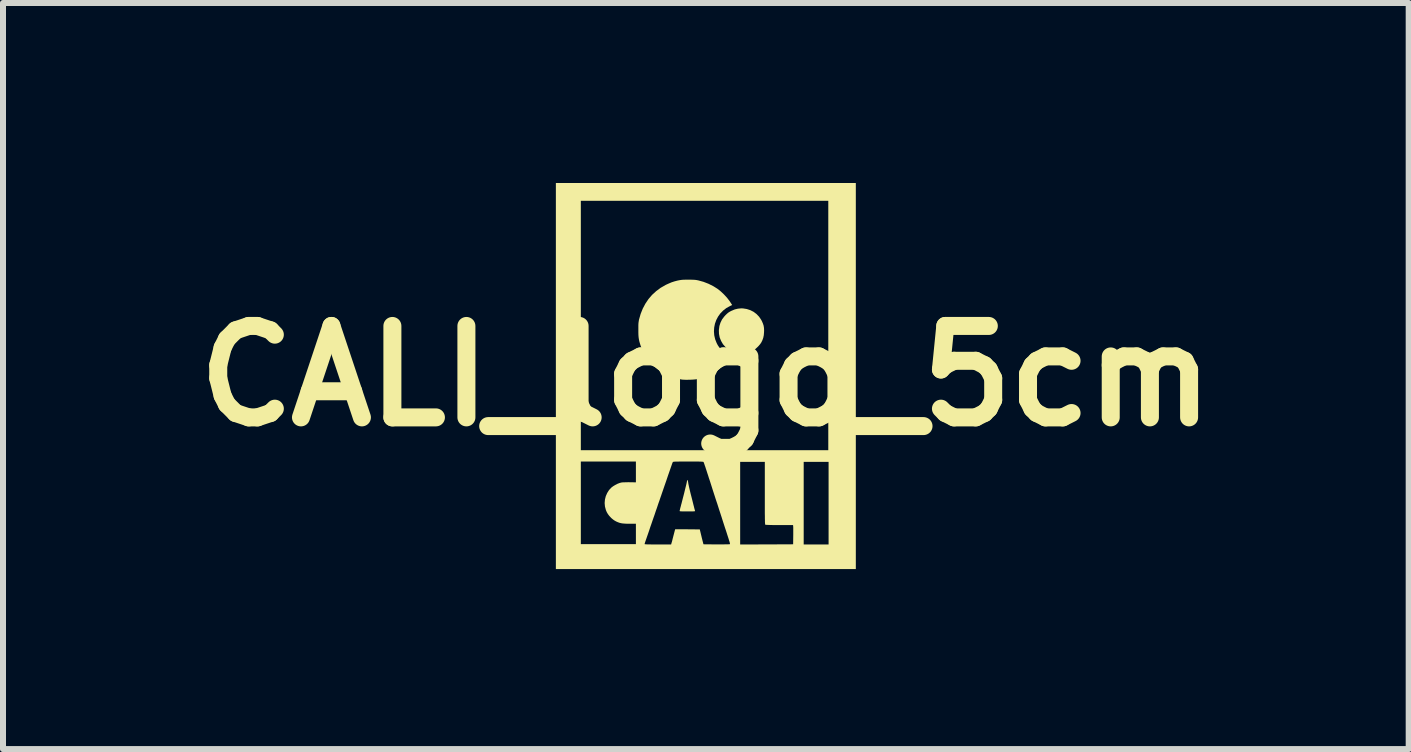
<source format=kicad_pcb>
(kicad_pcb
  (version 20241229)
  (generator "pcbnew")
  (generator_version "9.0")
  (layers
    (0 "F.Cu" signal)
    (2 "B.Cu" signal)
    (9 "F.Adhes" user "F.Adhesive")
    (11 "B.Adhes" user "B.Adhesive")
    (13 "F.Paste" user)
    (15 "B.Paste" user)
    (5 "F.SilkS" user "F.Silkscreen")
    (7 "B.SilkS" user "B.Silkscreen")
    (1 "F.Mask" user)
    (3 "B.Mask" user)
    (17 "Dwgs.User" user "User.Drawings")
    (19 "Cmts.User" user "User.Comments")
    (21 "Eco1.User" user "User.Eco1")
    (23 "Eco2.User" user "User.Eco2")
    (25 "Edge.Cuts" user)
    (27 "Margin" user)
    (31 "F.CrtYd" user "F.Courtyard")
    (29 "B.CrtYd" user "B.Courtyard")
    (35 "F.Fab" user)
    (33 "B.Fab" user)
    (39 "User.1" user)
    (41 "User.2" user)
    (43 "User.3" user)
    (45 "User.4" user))
  (footprint "CALI_logo_5cm"
    (layer "F.Cu")
    (at 8.716 3.218)
    (property "Reference" "CALI_logo_5cm" (at 0 0 0) (layer "F.SilkS") (effects (font (size 1.524 1.524) (thickness 0.3))))
    (attr board_only exclude_from_pos_files exclude_from_bom)
    (fp_poly (pts (xy -0.305 1.734) (xy -0.302 1.739) (xy -0.3 1.749) (xy -0.296 1.765) (xy -0.292 1.791) (xy -0.292 1.795) (xy -0.289 1.808) (xy -0.285 1.827) (xy -0.28 1.851) (xy -0.273 1.881) (xy -0.264 1.919) (xy -0.253 1.964) (xy -0.239 2.018) (xy -0.223 2.081) (xy -0.205 2.154) (xy -0.2 2.172) (xy -0.194 2.198) (xy -0.188 2.22) (xy -0.183 2.237) (xy -0.181 2.246) (xy -0.18 2.25) (xy -0.181 2.252) (xy -0.185 2.254) (xy -0.193 2.255) (xy -0.206 2.256) (xy -0.226 2.257) (xy -0.254 2.257) (xy -0.291 2.257) (xy -0.307 2.257) (xy -0.35 2.257) (xy -0.383 2.257) (xy -0.407 2.256) (xy -0.424 2.255) (xy -0.433 2.253) (xy -0.437 2.251) (xy -0.437 2.25) (xy -0.436 2.243) (xy -0.432 2.227) (xy -0.427 2.204) (xy -0.419 2.176) (xy -0.411 2.143) (xy -0.407 2.13) (xy -0.392 2.071) (xy -0.377 2.013) (xy -0.363 1.959) (xy -0.351 1.909) (xy -0.34 1.864) (xy -0.33 1.825) (xy -0.323 1.794) (xy -0.318 1.771) (xy -0.316 1.759) (xy -0.313 1.744) (xy -0.309 1.735) (xy -0.307 1.733)) (stroke (width 0) (type solid)) (fill yes) (layer "F.SilkS"))
    (fp_poly (pts (xy 0.619 -1.127) (xy 0.682 -1.117) (xy 0.741 -1.098) (xy 0.796 -1.07) (xy 0.845 -1.033) (xy 0.888 -0.988) (xy 0.923 -0.936) (xy 0.934 -0.915) (xy 0.951 -0.876) (xy 0.963 -0.84) (xy 0.969 -0.802) (xy 0.971 -0.76) (xy 0.97 -0.732) (xy 0.966 -0.681) (xy 0.957 -0.637) (xy 0.942 -0.595) (xy 0.923 -0.557) (xy 0.905 -0.531) (xy 0.881 -0.503) (xy 0.852 -0.474) (xy 0.822 -0.447) (xy 0.793 -0.426) (xy 0.78 -0.418) (xy 0.725 -0.394) (xy 0.666 -0.377) (xy 0.605 -0.37) (xy 0.544 -0.373) (xy 0.544 -0.373) (xy 0.501 -0.382) (xy 0.456 -0.396) (xy 0.415 -0.415) (xy 0.4 -0.423) (xy 0.383 -0.434) (xy 0.362 -0.451) (xy 0.34 -0.47) (xy 0.327 -0.483) (xy 0.285 -0.531) (xy 0.254 -0.585) (xy 0.231 -0.642) (xy 0.219 -0.703) (xy 0.217 -0.767) (xy 0.218 -0.772) (xy 0.226 -0.834) (xy 0.244 -0.89) (xy 0.27 -0.943) (xy 0.307 -0.992) (xy 0.329 -1.016) (xy 0.352 -1.038) (xy 0.372 -1.055) (xy 0.391 -1.068) (xy 0.413 -1.08) (xy 0.427 -1.087) (xy 0.482 -1.11) (xy 0.536 -1.123) (xy 0.591 -1.128)) (stroke (width 0) (type solid)) (fill yes) (layer "F.SilkS"))
    (fp_poly (pts (xy -0.251 -1.606) (xy -0.219 -1.605) (xy -0.193 -1.604) (xy -0.172 -1.602) (xy -0.151 -1.599) (xy -0.131 -1.595) (xy -0.126 -1.594) (xy -0.039 -1.57) (xy 0.046 -1.537) (xy 0.127 -1.496) (xy 0.194 -1.454) (xy 0.248 -1.411) (xy 0.301 -1.361) (xy 0.352 -1.306) (xy 0.396 -1.249) (xy 0.426 -1.203) (xy 0.438 -1.184) (xy 0.403 -1.167) (xy 0.342 -1.133) (xy 0.289 -1.092) (xy 0.242 -1.044) (xy 0.204 -0.991) (xy 0.174 -0.934) (xy 0.152 -0.873) (xy 0.139 -0.809) (xy 0.135 -0.744) (xy 0.14 -0.679) (xy 0.155 -0.613) (xy 0.18 -0.55) (xy 0.198 -0.515) (xy 0.221 -0.481) (xy 0.251 -0.445) (xy 0.285 -0.411) (xy 0.32 -0.381) (xy 0.354 -0.356) (xy 0.368 -0.348) (xy 0.387 -0.338) (xy 0.402 -0.329) (xy 0.41 -0.322) (xy 0.41 -0.32) (xy 0.407 -0.312) (xy 0.397 -0.297) (xy 0.383 -0.277) (xy 0.365 -0.254) (xy 0.345 -0.23) (xy 0.324 -0.206) (xy 0.303 -0.184) (xy 0.294 -0.175) (xy 0.223 -0.113) (xy 0.146 -0.059) (xy 0.063 -0.015) (xy -0.024 0.021) (xy -0.116 0.047) (xy -0.129 0.049) (xy -0.158 0.054) (xy -0.195 0.058) (xy -0.236 0.061) (xy -0.279 0.062) (xy -0.321 0.063) (xy -0.359 0.062) (xy -0.39 0.06) (xy -0.4 0.059) (xy -0.492 0.041) (xy -0.58 0.014) (xy -0.664 -0.023) (xy -0.744 -0.068) (xy -0.818 -0.122) (xy -0.886 -0.182) (xy -0.947 -0.25) (xy -1 -0.323) (xy -1.045 -0.403) (xy -1.08 -0.487) (xy -1.086 -0.502) (xy -1.099 -0.543) (xy -1.109 -0.578) (xy -1.116 -0.612) (xy -1.121 -0.646) (xy -1.124 -0.684) (xy -1.125 -0.727) (xy -1.125 -0.772) (xy -1.125 -0.813) (xy -1.125 -0.845) (xy -1.124 -0.871) (xy -1.122 -0.893) (xy -1.119 -0.912) (xy -1.116 -0.931) (xy -1.114 -0.941) (xy -1.087 -1.035) (xy -1.052 -1.123) (xy -1.008 -1.206) (xy -0.956 -1.283) (xy -0.896 -1.353) (xy -0.828 -1.415) (xy -0.754 -1.47) (xy -0.672 -1.517) (xy -0.667 -1.52) (xy -0.616 -1.543) (xy -0.571 -1.562) (xy -0.525 -1.577) (xy -0.476 -1.59) (xy -0.457 -1.594) (xy -0.436 -1.598) (xy -0.416 -1.601) (xy -0.394 -1.604) (xy -0.369 -1.605) (xy -0.339 -1.606) (xy -0.3 -1.606) (xy -0.292 -1.606)) (stroke (width 0) (type solid)) (fill yes) (layer "F.SilkS"))
    (fp_poly (pts (xy 2.5 3.218) (xy -2.5 3.218) (xy -2.5 2.808) (xy 0.572 2.808) (xy 0.593 2.808) (xy 1.631 2.808) (xy 2.046 2.808) (xy 2.046 1.431) (xy 1.631 1.431) (xy 1.631 2.808) (xy 0.593 2.808) (xy 1.014 2.807) (xy 1.455 2.805) (xy 1.457 2.644) (xy 1.457 2.597) (xy 1.457 2.559) (xy 1.457 2.53) (xy 1.456 2.509) (xy 1.455 2.495) (xy 1.454 2.487) (xy 1.452 2.484) (xy 1.451 2.484) (xy 1.445 2.484) (xy 1.428 2.484) (xy 1.403 2.484) (xy 1.371 2.484) (xy 1.333 2.484) (xy 1.29 2.484) (xy 1.243 2.484) (xy 1.221 2.484) (xy 1.16 2.484) (xy 1.109 2.484) (xy 1.068 2.483) (xy 1.037 2.482) (xy 1.013 2.481) (xy 0.998 2.48) (xy 0.991 2.478) (xy 0.99 2.478) (xy 0.989 2.475) (xy 0.988 2.47) (xy 0.987 2.461) (xy 0.986 2.447) (xy 0.985 2.429) (xy 0.985 2.405) (xy 0.984 2.375) (xy 0.984 2.338) (xy 0.983 2.294) (xy 0.983 2.243) (xy 0.983 2.182) (xy 0.983 2.113) (xy 0.983 2.034) (xy 0.983 1.951) (xy 0.983 1.431) (xy 0.572 1.431) (xy 0.572 2.808) (xy -2.5 2.808) (xy -2.5 2.802) (xy -2.084 2.802) (xy -1.166 2.802) (xy -1.166 2.801) (xy -1.021 2.801) (xy -1.019 2.803) (xy -1.013 2.804) (xy -1.001 2.805) (xy -0.984 2.806) (xy -0.96 2.807) (xy -0.928 2.807) (xy -0.888 2.808) (xy -0.838 2.808) (xy -0.8 2.808) (xy -0.579 2.808) (xy -0.571 2.779) (xy -0.566 2.764) (xy -0.56 2.741) (xy -0.553 2.712) (xy -0.545 2.682) (xy -0.543 2.673) (xy -0.535 2.643) (xy -0.528 2.616) (xy -0.522 2.593) (xy -0.518 2.578) (xy -0.517 2.574) (xy -0.511 2.554) (xy -0.306 2.555) (xy -0.101 2.557) (xy -0.083 2.632) (xy -0.075 2.665) (xy -0.067 2.699) (xy -0.059 2.73) (xy -0.053 2.755) (xy -0.052 2.757) (xy -0.04 2.805) (xy 0.178 2.807) (xy 0.23 2.807) (xy 0.277 2.807) (xy 0.318 2.806) (xy 0.352 2.806) (xy 0.378 2.805) (xy 0.394 2.804) (xy 0.401 2.803) (xy 0.401 2.803) (xy 0.402 2.795) (xy 0.399 2.779) (xy 0.393 2.757) (xy 0.392 2.756) (xy 0.387 2.74) (xy 0.38 2.716) (xy 0.37 2.685) (xy 0.358 2.648) (xy 0.345 2.607) (xy 0.331 2.564) (xy 0.321 2.535) (xy 0.299 2.467) (xy 0.28 2.408) (xy 0.264 2.357) (xy 0.25 2.314) (xy 0.238 2.277) (xy 0.227 2.244) (xy 0.218 2.216) (xy 0.21 2.191) (xy 0.203 2.169) (xy 0.196 2.147) (xy 0.189 2.125) (xy 0.181 2.102) (xy 0.175 2.084) (xy 0.162 2.045) (xy 0.148 2.001) (xy 0.134 1.958) (xy 0.121 1.918) (xy 0.113 1.893) (xy 0.102 1.858) (xy 0.089 1.817) (xy 0.075 1.773) (xy 0.061 1.73) (xy 0.051 1.701) (xy 0.039 1.662) (xy 0.025 1.62) (xy 0.012 1.579) (xy -0.000413 1.542) (xy -0.008 1.517) (xy -0.018 1.49) (xy -0.026 1.465) (xy -0.033 1.446) (xy -0.038 1.435) (xy -0.039 1.432) (xy -0.043 1.431) (xy -0.052 1.429) (xy -0.066 1.428) (xy -0.087 1.427) (xy -0.115 1.426) (xy -0.152 1.426) (xy -0.197 1.426) (xy -0.251 1.426) (xy -0.294 1.426) (xy -0.356 1.426) (xy -0.407 1.426) (xy -0.449 1.426) (xy -0.483 1.427) (xy -0.509 1.427) (xy -0.528 1.428) (xy -0.54 1.43) (xy -0.547 1.431) (xy -0.549 1.432) (xy -0.553 1.44) (xy -0.56 1.456) (xy -0.567 1.476) (xy -0.569 1.482) (xy -0.6 1.571) (xy -0.631 1.66) (xy -0.66 1.746) (xy -0.689 1.829) (xy -0.715 1.905) (xy -0.739 1.974) (xy -0.742 1.984) (xy -0.758 2.029) (xy -0.774 2.077) (xy -0.791 2.124) (xy -0.806 2.169) (xy -0.819 2.208) (xy -0.829 2.235) (xy -0.842 2.274) (xy -0.856 2.316) (xy -0.871 2.358) (xy -0.884 2.396) (xy -0.891 2.416) (xy -0.907 2.463) (xy -0.926 2.517) (xy -0.945 2.575) (xy -0.965 2.633) (xy -0.984 2.688) (xy -1.001 2.737) (xy -1.002 2.74) (xy -1.01 2.763) (xy -1.016 2.782) (xy -1.02 2.796) (xy -1.021 2.801) (xy -1.166 2.801) (xy -1.166 2.462) (xy -1.27 2.462) (xy -1.319 2.462) (xy -1.358 2.46) (xy -1.391 2.457) (xy -1.419 2.452) (xy -1.445 2.445) (xy -1.471 2.435) (xy -1.496 2.424) (xy -1.524 2.408) (xy -1.548 2.391) (xy -1.573 2.37) (xy -1.583 2.36) (xy -1.612 2.329) (xy -1.634 2.299) (xy -1.652 2.268) (xy -1.667 2.232) (xy -1.667 2.231) (xy -1.682 2.175) (xy -1.687 2.117) (xy -1.682 2.059) (xy -1.668 2.003) (xy -1.644 1.949) (xy -1.613 1.9) (xy -1.572 1.857) (xy -1.572 1.857) (xy -1.545 1.837) (xy -1.512 1.817) (xy -1.476 1.798) (xy -1.44 1.784) (xy -1.412 1.776) (xy -1.392 1.773) (xy -1.363 1.772) (xy -1.325 1.771) (xy -1.281 1.77) (xy -1.273 1.771) (xy -1.166 1.772) (xy -1.166 1.426) (xy -2.084 1.426) (xy -2.084 2.802) (xy -2.5 2.802) (xy -2.5 1.237) (xy -2.084 1.237) (xy 2.041 1.237) (xy 2.041 -2.921) (xy -2.084 -2.921) (xy -2.084 1.237) (xy -2.5 1.237) (xy -2.5 -3.218) (xy 2.5 -3.218)) (stroke (width 0) (type solid)) (fill yes) (layer "F.SilkS")))
  (gr_rect
    (start -3 -3)
    (end 20.432 9.436)
    (stroke (width 0.1) (type default))
    (fill no)
    (layer "Edge.Cuts")))
</source>
